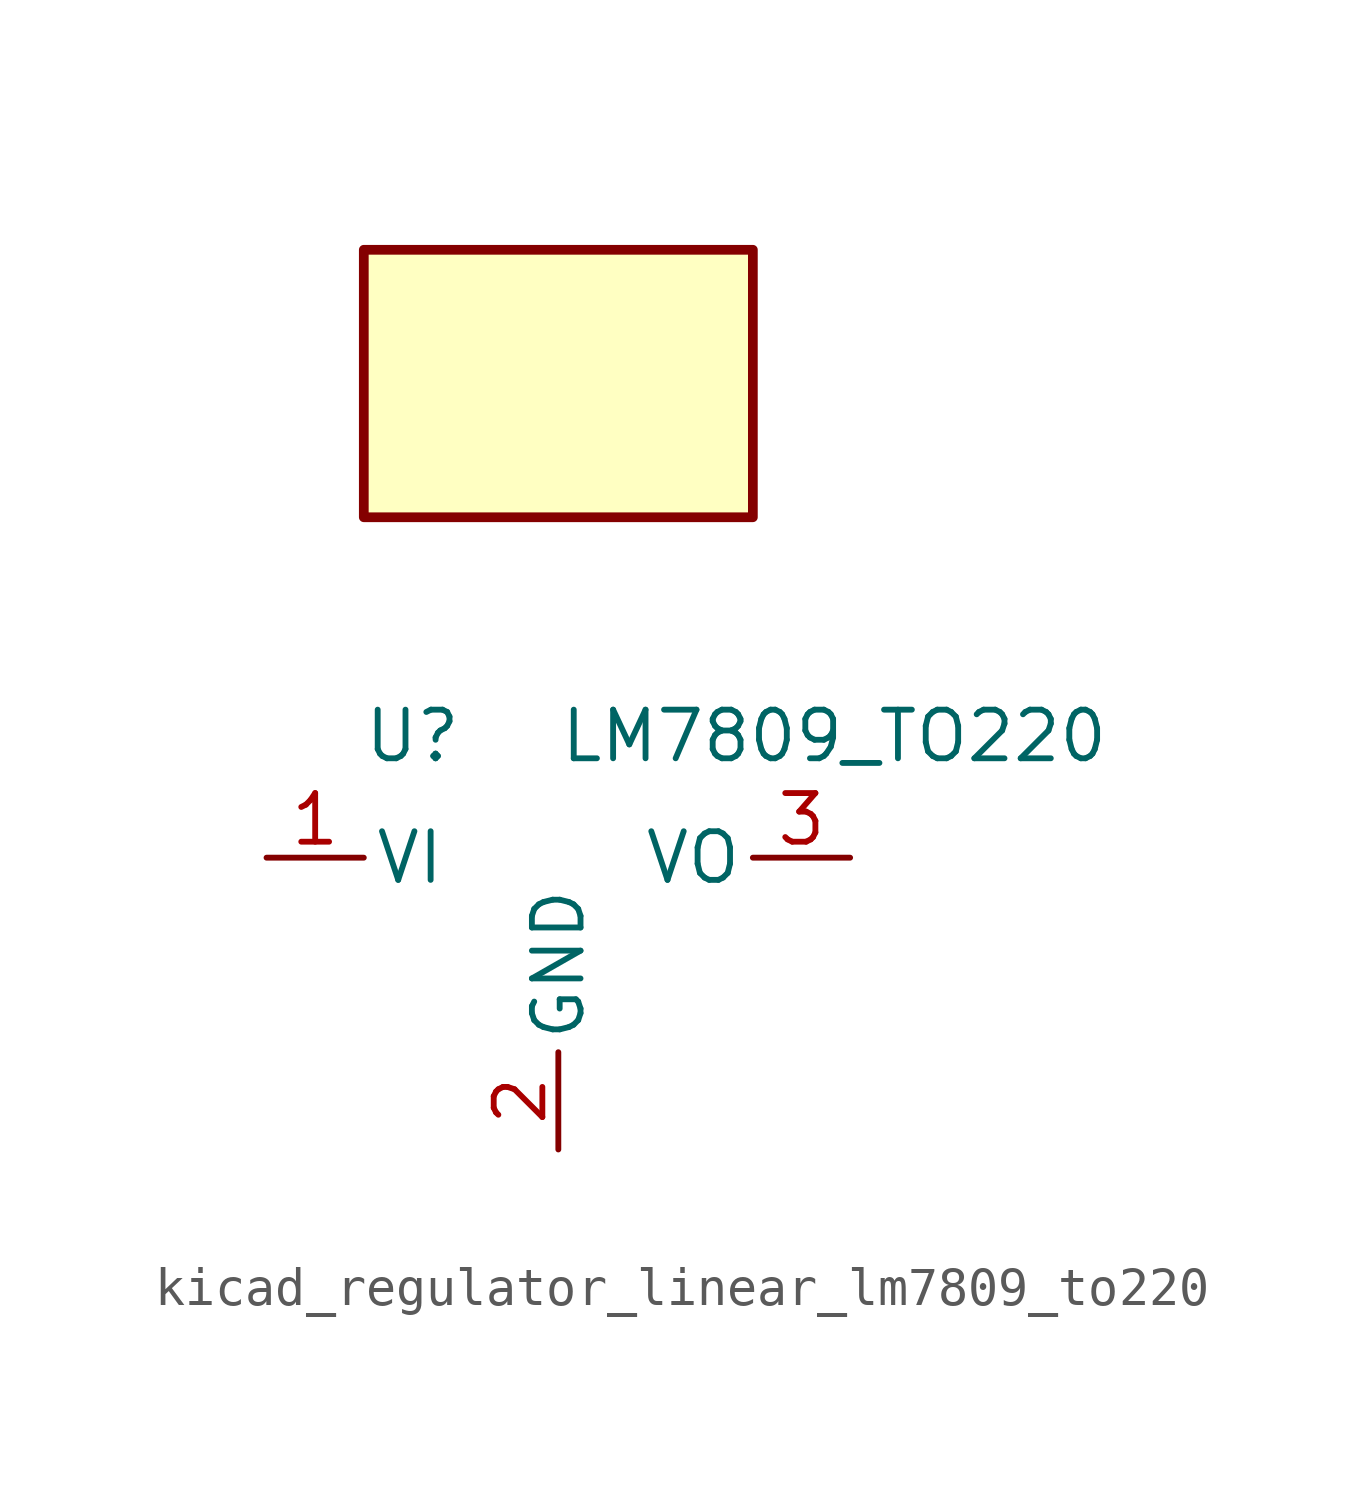
<source format=kicad_sym>
(kicad_symbol_lib
  (version 20220914)
  (generator kicad_symbol_editor)
  (symbol "kicad_regulator_linear_lm7809_to220"
    (pin_names
      (offset 0.254))
    (property "Reference" "U"
      (at -3.81 3.175 0)
      (effects (font (size 1.27 1.27))))
    (property "Value" "LM7809_TO220"
      (at 0 3.175 0)
      (effects (font (size 1.27 1.27)) (justify left)))
    (symbol "kicad_regulator_linear_lm7809_to220_0_1"
      (rectangle (start 5.08 15.875) (end -5.08 8.89) (stroke (width 0.254) (type default)) (fill (type background))))
    (symbol "kicad_regulator_linear_lm7809_to220_1_1"
      (pin power_in line (at -7.62 0 0) (length 2.54) (name "VI" (effects (font (size 1.27 1.27)))) (number "1" (effects (font (size 1.27 1.27)))))
      (pin power_in line (at 0 -7.62 90) (length 2.54) (name "GND" (effects (font (size 1.27 1.27)))) (number "2" (effects (font (size 1.27 1.27)))))
      (pin power_out line (at 7.62 0 180) (length 2.54) (name "VO" (effects (font (size 1.27 1.27)))) (number "3" (effects (font (size 1.27 1.27))))))))
</source>
